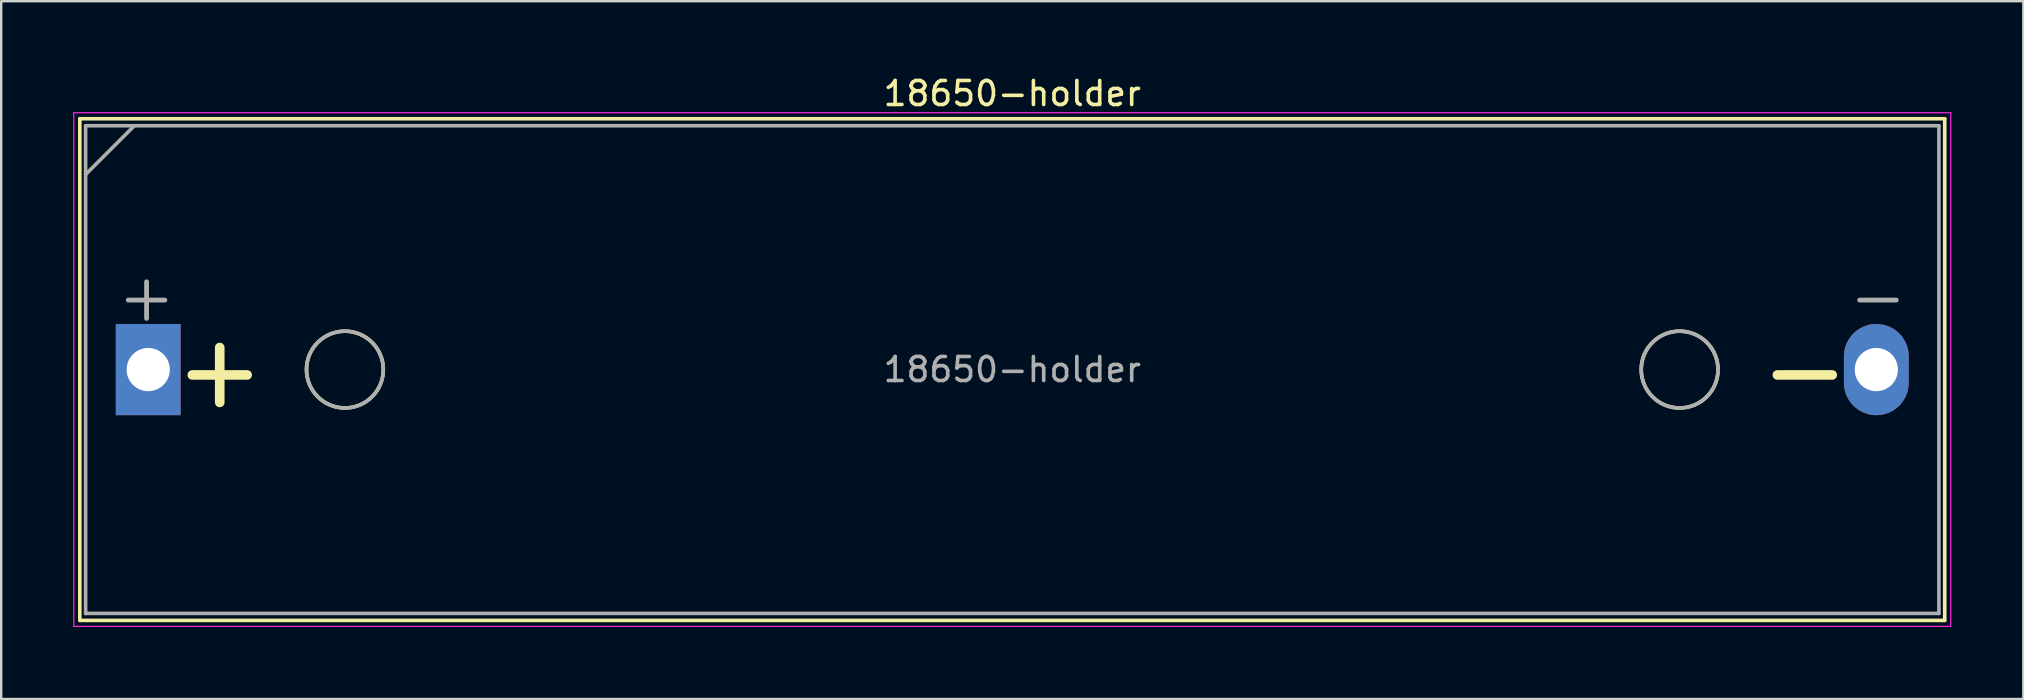
<source format=kicad_pcb>
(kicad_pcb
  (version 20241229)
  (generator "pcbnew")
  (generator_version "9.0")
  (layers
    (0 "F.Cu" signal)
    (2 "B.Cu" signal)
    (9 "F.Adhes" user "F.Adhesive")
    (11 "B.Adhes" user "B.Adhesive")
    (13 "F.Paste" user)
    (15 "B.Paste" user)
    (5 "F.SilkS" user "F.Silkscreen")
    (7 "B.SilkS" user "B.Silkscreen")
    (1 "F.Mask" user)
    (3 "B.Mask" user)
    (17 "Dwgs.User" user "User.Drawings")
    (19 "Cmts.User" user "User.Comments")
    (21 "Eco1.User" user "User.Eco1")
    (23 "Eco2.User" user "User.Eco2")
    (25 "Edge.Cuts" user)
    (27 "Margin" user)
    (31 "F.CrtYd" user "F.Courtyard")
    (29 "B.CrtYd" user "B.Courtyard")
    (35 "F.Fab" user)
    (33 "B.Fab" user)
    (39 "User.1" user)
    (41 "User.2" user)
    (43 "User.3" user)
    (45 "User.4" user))
  (footprint "18650-holder"
    (layer "F.Cu")
    (at 39.125 12.348)
    (property "Reference" "18650-holder" (at 0 -11.5 0) (layer "F.SilkS") (effects (font (size 1 1) (thickness 0.15))))
    (attr smd)
    (fp_line (start -38.85 -10.45) (end -38.85 10.45) (stroke (width 0.15) (type solid)) (layer "F.SilkS"))
    (fp_line (start 38.85 -10.45) (end -38.85 -10.45) (stroke (width 0.15) (type solid)) (layer "F.SilkS"))
    (fp_line (start 38.85 -10.45) (end 38.85 10.45) (stroke (width 0.15) (type solid)) (layer "F.SilkS"))
    (fp_line (start 38.85 10.45) (end -38.85 10.45) (stroke (width 0.15) (type solid)) (layer "F.SilkS"))
    (fp_circle (center -27.805 0) (end -26.205 0) (stroke (width 0.15) (type solid)) (fill no) (layer "F.SilkS"))
    (fp_circle (center 27.805 0) (end 26.205 0) (stroke (width 0.15) (type solid)) (fill no) (layer "F.SilkS"))
    (fp_line (start -39.1 -10.7) (end 39.1 -10.7) (stroke (width 0.05) (type solid)) (layer "F.CrtYd"))
    (fp_line (start -39.1 10.7) (end -39.1 -10.7) (stroke (width 0.05) (type solid)) (layer "F.CrtYd"))
    (fp_line (start 39.1 -10.7) (end 39.1 10.7) (stroke (width 0.05) (type solid)) (layer "F.CrtYd"))
    (fp_line (start 39.1 10.7) (end -39.1 10.7) (stroke (width 0.05) (type solid)) (layer "F.CrtYd"))
    (fp_line (start -38.608 -10.16) (end 38.608 -10.16) (stroke (width 0.15) (type solid)) (layer "F.Fab"))
    (fp_line (start -38.608 -8.128) (end -36.576 -10.16) (stroke (width 0.15) (type solid)) (layer "F.Fab"))
    (fp_line (start -38.608 10.16) (end -38.608 -10.16) (stroke (width 0.15) (type solid)) (layer "F.Fab"))
    (fp_line (start 38.608 -10.16) (end 38.608 10.16) (stroke (width 0.15) (type solid)) (layer "F.Fab"))
    (fp_line (start 38.608 10.16) (end -38.608 10.16) (stroke (width 0.15) (type solid)) (layer "F.Fab"))
    (fp_circle (center -27.805 0) (end -26.205 0) (stroke (width 0.15) (type solid)) (fill no) (layer "F.Fab"))
    (fp_circle (center 27.805 0) (end 26.205 0) (stroke (width 0.15) (type solid)) (fill no) (layer "F.Fab"))
    (fp_text user "+" (at -33.02 0 0) (layer "F.SilkS") (effects (font (size 3 3) (thickness 0.4))))
    (fp_text user "-" (at 33.02 0 0) (layer "F.SilkS") (effects (font (size 3 3) (thickness 0.4))))
    (fp_text user "+" (at -36.068 -3.048 0) (layer "F.Fab") (effects (font (size 2 2) (thickness 0.2))))
    (fp_text user "${REFERENCE}" (at 0 0 0) (layer "F.Fab") (effects (font (size 1 1) (thickness 0.15))))
    (fp_text user "-" (at 36.068 -3.048 0) (layer "F.Fab") (effects (font (size 2 2) (thickness 0.2))))
    (pad "1" thru_hole rect (at -36 0) (size 2.7 3.8) (drill 1.8) (layers "*.Cu" "*.Mask"))
    (pad "2" thru_hole oval (at 36 0) (size 2.7 3.8) (drill 1.8) (layers "*.Cu" "*.Mask")))
  (gr_rect
    (start -3 -3)
    (end 81.25 26.073)
    (stroke (width 0.1) (type default))
    (fill no)
    (layer "Edge.Cuts")))
</source>
